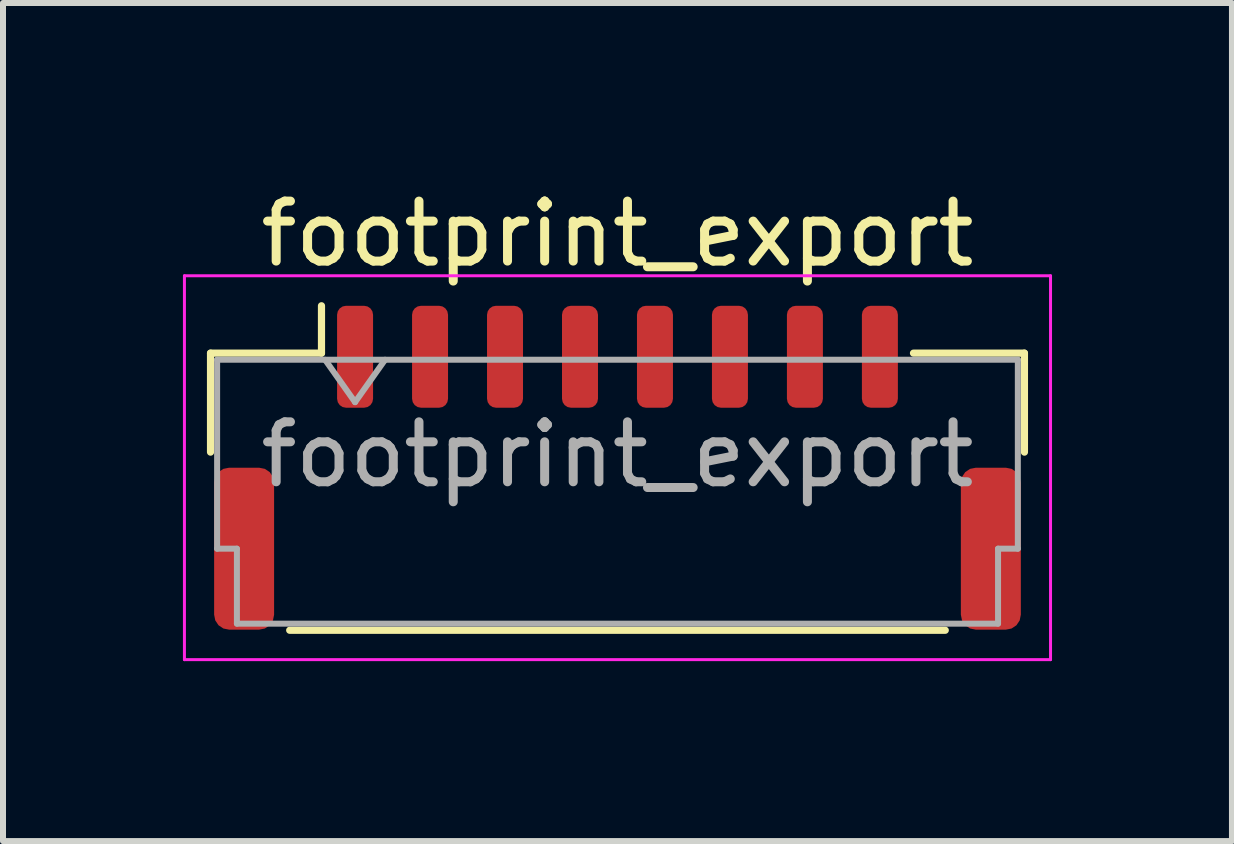
<source format=kicad_pcb>
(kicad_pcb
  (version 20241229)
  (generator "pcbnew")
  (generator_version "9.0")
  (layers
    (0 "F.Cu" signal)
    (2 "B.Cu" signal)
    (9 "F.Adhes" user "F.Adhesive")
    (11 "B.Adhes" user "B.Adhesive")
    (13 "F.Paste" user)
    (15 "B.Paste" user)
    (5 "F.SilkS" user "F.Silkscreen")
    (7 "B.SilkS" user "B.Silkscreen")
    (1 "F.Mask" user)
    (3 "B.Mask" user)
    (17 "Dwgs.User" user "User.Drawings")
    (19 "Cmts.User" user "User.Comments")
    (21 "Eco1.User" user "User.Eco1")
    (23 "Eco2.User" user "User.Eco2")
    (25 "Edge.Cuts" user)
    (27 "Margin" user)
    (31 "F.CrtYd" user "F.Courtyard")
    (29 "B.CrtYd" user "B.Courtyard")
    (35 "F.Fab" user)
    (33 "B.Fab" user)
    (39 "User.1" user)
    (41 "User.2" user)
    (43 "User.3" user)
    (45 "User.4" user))
  (footprint "footprint_export"
    (layer "F.Cu")
    (at 7.245 4.748)
    (property "Reference" "footprint_export" (at 0 -3.9 0) (layer "F.SilkS") (effects (font (size 1 1) (thickness 0.15))))
    (attr smd)
    (fp_line (start -6.785 -1.91) (end -4.935 -1.91) (stroke (width 0.12) (type solid)) (layer "F.SilkS"))
    (fp_line (start -6.785 -0.26) (end -6.785 -1.91) (stroke (width 0.12) (type solid)) (layer "F.SilkS"))
    (fp_line (start -5.465 2.71) (end 5.465 2.71) (stroke (width 0.12) (type solid)) (layer "F.SilkS"))
    (fp_line (start -4.935 -1.91) (end -4.935 -2.7) (stroke (width 0.12) (type solid)) (layer "F.SilkS"))
    (fp_line (start 6.785 -1.91) (end 4.935 -1.91) (stroke (width 0.12) (type solid)) (layer "F.SilkS"))
    (fp_line (start 6.785 -0.26) (end 6.785 -1.91) (stroke (width 0.12) (type solid)) (layer "F.SilkS"))
    (fp_line (start -7.22 -3.2) (end -7.22 3.2) (stroke (width 0.05) (type solid)) (layer "F.CrtYd"))
    (fp_line (start -7.22 3.2) (end 7.22 3.2) (stroke (width 0.05) (type solid)) (layer "F.CrtYd"))
    (fp_line (start 7.22 -3.2) (end -7.22 -3.2) (stroke (width 0.05) (type solid)) (layer "F.CrtYd"))
    (fp_line (start 7.22 3.2) (end 7.22 -3.2) (stroke (width 0.05) (type solid)) (layer "F.CrtYd"))
    (fp_line (start -6.675 -1.8) (end -6.675 1.35) (stroke (width 0.1) (type solid)) (layer "F.Fab"))
    (fp_line (start -6.675 -1.8) (end 6.675 -1.8) (stroke (width 0.1) (type solid)) (layer "F.Fab"))
    (fp_line (start -6.675 1.35) (end -6.345 1.35) (stroke (width 0.1) (type solid)) (layer "F.Fab"))
    (fp_line (start -6.345 1.35) (end -6.345 2.6) (stroke (width 0.1) (type solid)) (layer "F.Fab"))
    (fp_line (start -6.345 2.6) (end 6.345 2.6) (stroke (width 0.1) (type solid)) (layer "F.Fab"))
    (fp_line (start -4.875 -1.8) (end -4.375 -1.093) (stroke (width 0.1) (type solid)) (layer "F.Fab"))
    (fp_line (start -4.375 -1.093) (end -3.875 -1.8) (stroke (width 0.1) (type solid)) (layer "F.Fab"))
    (fp_line (start 6.345 1.35) (end 6.675 1.35) (stroke (width 0.1) (type solid)) (layer "F.Fab"))
    (fp_line (start 6.345 2.6) (end 6.345 1.35) (stroke (width 0.1) (type solid)) (layer "F.Fab"))
    (fp_line (start 6.675 -1.8) (end 6.675 1.35) (stroke (width 0.1) (type solid)) (layer "F.Fab"))
    (fp_text user "${REFERENCE}" (at 0 -0.22 0) (layer "F.Fab") (effects (font (size 1 1) (thickness 0.15))))
    (pad "1" smd roundrect (at -4.375 -1.85) (size 0.6 1.7) (layers "F.Cu" "F.Mask" "F.Paste") (roundrect_rratio 0.25))
    (pad "2" smd roundrect (at -3.125 -1.85) (size 0.6 1.7) (layers "F.Cu" "F.Mask" "F.Paste") (roundrect_rratio 0.25))
    (pad "3" smd roundrect (at -1.875 -1.85) (size 0.6 1.7) (layers "F.Cu" "F.Mask" "F.Paste") (roundrect_rratio 0.25))
    (pad "4" smd roundrect (at -0.625 -1.85) (size 0.6 1.7) (layers "F.Cu" "F.Mask" "F.Paste") (roundrect_rratio 0.25))
    (pad "5" smd roundrect (at 0.625 -1.85) (size 0.6 1.7) (layers "F.Cu" "F.Mask" "F.Paste") (roundrect_rratio 0.25))
    (pad "6" smd roundrect (at 1.875 -1.85) (size 0.6 1.7) (layers "F.Cu" "F.Mask" "F.Paste") (roundrect_rratio 0.25))
    (pad "7" smd roundrect (at 3.125 -1.85) (size 0.6 1.7) (layers "F.Cu" "F.Mask" "F.Paste") (roundrect_rratio 0.25))
    (pad "8" smd roundrect (at 4.375 -1.85) (size 0.6 1.7) (layers "F.Cu" "F.Mask" "F.Paste") (roundrect_rratio 0.25))
    (pad "MP" smd roundrect (at -6.225 1.35) (size 1 2.7) (layers "F.Cu" "F.Mask" "F.Paste") (roundrect_rratio 0.25))
    (pad "MP" smd roundrect (at 6.225 1.35) (size 1 2.7) (layers "F.Cu" "F.Mask" "F.Paste") (roundrect_rratio 0.25)))
  (gr_rect
    (start -3 -3)
    (end 17.49 10.973)
    (stroke (width 0.1) (type default))
    (fill no)
    (layer "Edge.Cuts")))
</source>
